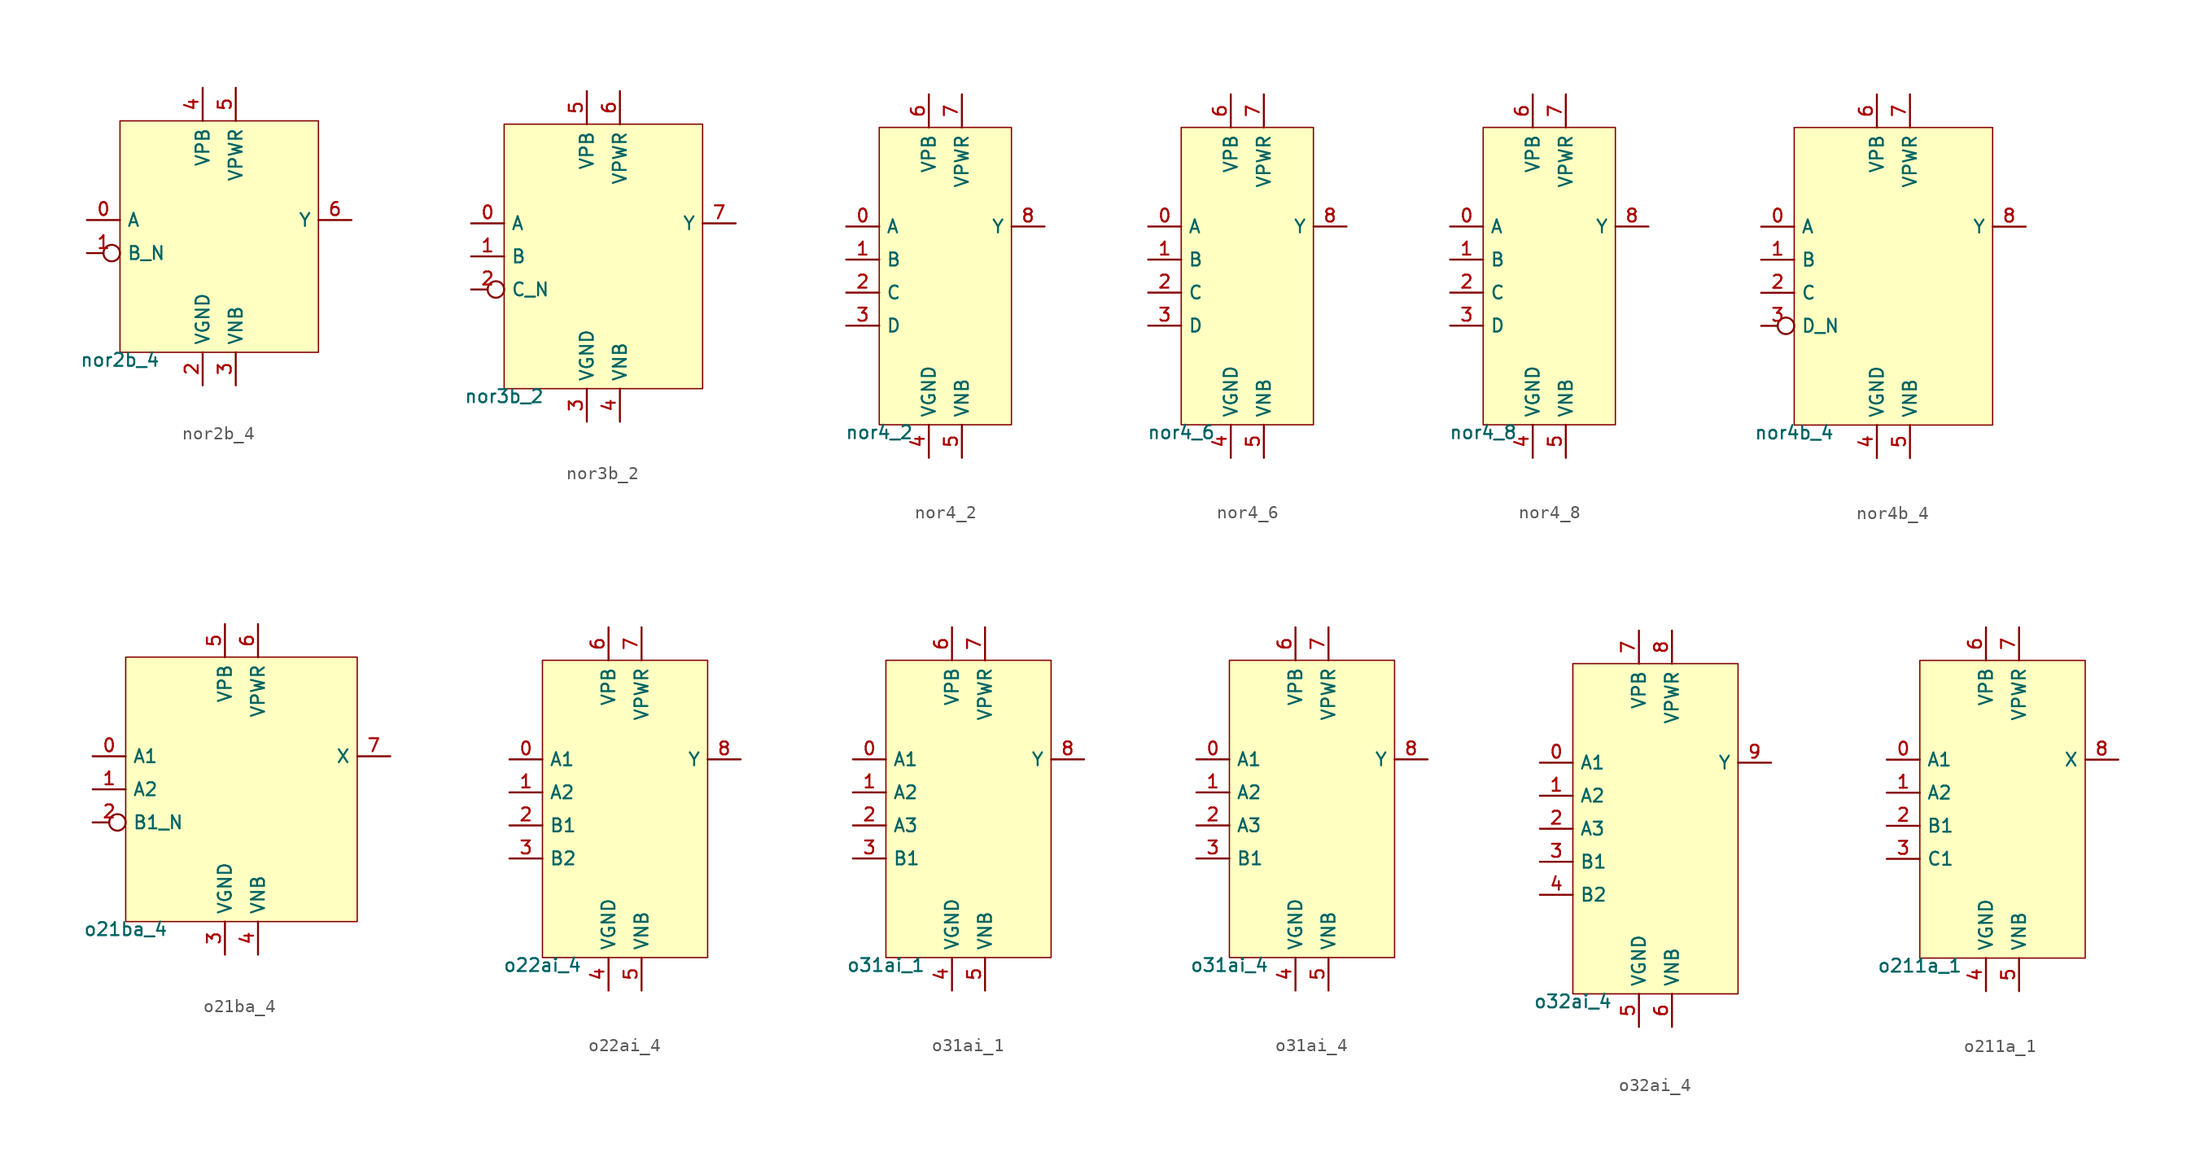
<source format=kicad_sym>
(kicad_symbol_lib
  (version 20211014)
  (generator lef2kicad_sym)
  (symbol "nor2b_4"
    (property "Reference" "CELL"
      (at 0 0 0)
      (effects (font (size 1 1)) hide))
    (property "Value" "nor2b_4"
      (at -7.62 -8.89 0)
      (effects (font (size 1 1)) (justify top)))
    (rectangle
      (start -7.62 -8.89)
      (end 7.62 8.89)
      (stroke (width 0.1) (type solid) (color 0 0 0 0))
      (fill (type background)))
    (pin input line
      (at -10.16 1.27 0)
      (length 2.54)
      (name "A" (effects (font (size 1 1)) hide))
      (number "0" (effects (font (size 1 1)) hide)))
    (pin input inverted
      (at -10.16 -1.27 0)
      (length 2.54)
      (name "B_N" (effects (font (size 1 1)) hide))
      (number "1" (effects (font (size 1 1)) hide)))
    (pin power_in line
      (at -1.27 -11.43 90)
      (length 2.54)
      (name "VGND" (effects (font (size 1 1)) hide))
      (number "2" (effects (font (size 1 1)) hide)))
    (pin power_in line
      (at 1.27 -11.43 90)
      (length 2.54)
      (name "VNB" (effects (font (size 1 1)) hide))
      (number "3" (effects (font (size 1 1)) hide)))
    (pin power_in line
      (at -1.27 11.43 270)
      (length 2.54)
      (name "VPB" (effects (font (size 1 1)) hide))
      (number "4" (effects (font (size 1 1)) hide)))
    (pin power_in line
      (at 1.27 11.43 270)
      (length 2.54)
      (name "VPWR" (effects (font (size 1 1)) hide))
      (number "5" (effects (font (size 1 1)) hide)))
    (pin output line
      (at 10.16 1.27 180)
      (length 2.54)
      (name "Y" (effects (font (size 1 1)) hide))
      (number "6" (effects (font (size 1 1)) hide))))
  (symbol "nor3b_2"
    (property "Reference" "CELL"
      (at 0 0 0)
      (effects (font (size 1 1)) hide))
    (property "Value" "nor3b_2"
      (at -7.62 -10.16 0)
      (effects (font (size 1 1)) (justify top)))
    (rectangle
      (start -7.62 -10.16)
      (end 7.62 10.16)
      (stroke (width 0.1) (type solid) (color 0 0 0 0))
      (fill (type background)))
    (pin input line
      (at -10.16 2.54 0)
      (length 2.54)
      (name "A" (effects (font (size 1 1)) hide))
      (number "0" (effects (font (size 1 1)) hide)))
    (pin input line
      (at -10.16 0.0 0)
      (length 2.54)
      (name "B" (effects (font (size 1 1)) hide))
      (number "1" (effects (font (size 1 1)) hide)))
    (pin input inverted
      (at -10.16 -2.54 0)
      (length 2.54)
      (name "C_N" (effects (font (size 1 1)) hide))
      (number "2" (effects (font (size 1 1)) hide)))
    (pin power_in line
      (at -1.27 -12.7 90)
      (length 2.54)
      (name "VGND" (effects (font (size 1 1)) hide))
      (number "3" (effects (font (size 1 1)) hide)))
    (pin power_in line
      (at 1.27 -12.7 90)
      (length 2.54)
      (name "VNB" (effects (font (size 1 1)) hide))
      (number "4" (effects (font (size 1 1)) hide)))
    (pin power_in line
      (at -1.27 12.7 270)
      (length 2.54)
      (name "VPB" (effects (font (size 1 1)) hide))
      (number "5" (effects (font (size 1 1)) hide)))
    (pin power_in line
      (at 1.27 12.7 270)
      (length 2.54)
      (name "VPWR" (effects (font (size 1 1)) hide))
      (number "6" (effects (font (size 1 1)) hide)))
    (pin output line
      (at 10.16 2.54 180)
      (length 2.54)
      (name "Y" (effects (font (size 1 1)) hide))
      (number "7" (effects (font (size 1 1)) hide))))
  (symbol "nor4_2"
    (property "Reference" "CELL"
      (at 0 0 0)
      (effects (font (size 1 1)) hide))
    (property "Value" "nor4_2"
      (at -5.08 -11.43 0)
      (effects (font (size 1 1)) (justify top)))
    (rectangle
      (start -5.08 -11.43)
      (end 5.08 11.43)
      (stroke (width 0.1) (type solid) (color 0 0 0 0))
      (fill (type background)))
    (pin input line
      (at -7.62 3.81 0)
      (length 2.54)
      (name "A" (effects (font (size 1 1)) hide))
      (number "0" (effects (font (size 1 1)) hide)))
    (pin input line
      (at -7.62 1.27 0)
      (length 2.54)
      (name "B" (effects (font (size 1 1)) hide))
      (number "1" (effects (font (size 1 1)) hide)))
    (pin input line
      (at -7.62 -1.27 0)
      (length 2.54)
      (name "C" (effects (font (size 1 1)) hide))
      (number "2" (effects (font (size 1 1)) hide)))
    (pin input line
      (at -7.62 -3.81 0)
      (length 2.54)
      (name "D" (effects (font (size 1 1)) hide))
      (number "3" (effects (font (size 1 1)) hide)))
    (pin power_in line
      (at -1.27 -13.97 90)
      (length 2.54)
      (name "VGND" (effects (font (size 1 1)) hide))
      (number "4" (effects (font (size 1 1)) hide)))
    (pin power_in line
      (at 1.27 -13.97 90)
      (length 2.54)
      (name "VNB" (effects (font (size 1 1)) hide))
      (number "5" (effects (font (size 1 1)) hide)))
    (pin power_in line
      (at -1.27 13.97 270)
      (length 2.54)
      (name "VPB" (effects (font (size 1 1)) hide))
      (number "6" (effects (font (size 1 1)) hide)))
    (pin power_in line
      (at 1.27 13.97 270)
      (length 2.54)
      (name "VPWR" (effects (font (size 1 1)) hide))
      (number "7" (effects (font (size 1 1)) hide)))
    (pin output line
      (at 7.62 3.81 180)
      (length 2.54)
      (name "Y" (effects (font (size 1 1)) hide))
      (number "8" (effects (font (size 1 1)) hide))))
  (symbol "nor4_6"
    (property "Reference" "CELL"
      (at 0 0 0)
      (effects (font (size 1 1)) hide))
    (property "Value" "nor4_6"
      (at -5.08 -11.43 0)
      (effects (font (size 1 1)) (justify top)))
    (rectangle
      (start -5.08 -11.43)
      (end 5.08 11.43)
      (stroke (width 0.1) (type solid) (color 0 0 0 0))
      (fill (type background)))
    (pin input line
      (at -7.62 3.81 0)
      (length 2.54)
      (name "A" (effects (font (size 1 1)) hide))
      (number "0" (effects (font (size 1 1)) hide)))
    (pin input line
      (at -7.62 1.27 0)
      (length 2.54)
      (name "B" (effects (font (size 1 1)) hide))
      (number "1" (effects (font (size 1 1)) hide)))
    (pin input line
      (at -7.62 -1.27 0)
      (length 2.54)
      (name "C" (effects (font (size 1 1)) hide))
      (number "2" (effects (font (size 1 1)) hide)))
    (pin input line
      (at -7.62 -3.81 0)
      (length 2.54)
      (name "D" (effects (font (size 1 1)) hide))
      (number "3" (effects (font (size 1 1)) hide)))
    (pin power_in line
      (at -1.27 -13.97 90)
      (length 2.54)
      (name "VGND" (effects (font (size 1 1)) hide))
      (number "4" (effects (font (size 1 1)) hide)))
    (pin power_in line
      (at 1.27 -13.97 90)
      (length 2.54)
      (name "VNB" (effects (font (size 1 1)) hide))
      (number "5" (effects (font (size 1 1)) hide)))
    (pin power_in line
      (at -1.27 13.97 270)
      (length 2.54)
      (name "VPB" (effects (font (size 1 1)) hide))
      (number "6" (effects (font (size 1 1)) hide)))
    (pin power_in line
      (at 1.27 13.97 270)
      (length 2.54)
      (name "VPWR" (effects (font (size 1 1)) hide))
      (number "7" (effects (font (size 1 1)) hide)))
    (pin output line
      (at 7.62 3.81 180)
      (length 2.54)
      (name "Y" (effects (font (size 1 1)) hide))
      (number "8" (effects (font (size 1 1)) hide))))
  (symbol "nor4_8"
    (property "Reference" "CELL"
      (at 0 0 0)
      (effects (font (size 1 1)) hide))
    (property "Value" "nor4_8"
      (at -5.08 -11.43 0)
      (effects (font (size 1 1)) (justify top)))
    (rectangle
      (start -5.08 -11.43)
      (end 5.08 11.43)
      (stroke (width 0.1) (type solid) (color 0 0 0 0))
      (fill (type background)))
    (pin input line
      (at -7.62 3.81 0)
      (length 2.54)
      (name "A" (effects (font (size 1 1)) hide))
      (number "0" (effects (font (size 1 1)) hide)))
    (pin input line
      (at -7.62 1.27 0)
      (length 2.54)
      (name "B" (effects (font (size 1 1)) hide))
      (number "1" (effects (font (size 1 1)) hide)))
    (pin input line
      (at -7.62 -1.27 0)
      (length 2.54)
      (name "C" (effects (font (size 1 1)) hide))
      (number "2" (effects (font (size 1 1)) hide)))
    (pin input line
      (at -7.62 -3.81 0)
      (length 2.54)
      (name "D" (effects (font (size 1 1)) hide))
      (number "3" (effects (font (size 1 1)) hide)))
    (pin power_in line
      (at -1.27 -13.97 90)
      (length 2.54)
      (name "VGND" (effects (font (size 1 1)) hide))
      (number "4" (effects (font (size 1 1)) hide)))
    (pin power_in line
      (at 1.27 -13.97 90)
      (length 2.54)
      (name "VNB" (effects (font (size 1 1)) hide))
      (number "5" (effects (font (size 1 1)) hide)))
    (pin power_in line
      (at -1.27 13.97 270)
      (length 2.54)
      (name "VPB" (effects (font (size 1 1)) hide))
      (number "6" (effects (font (size 1 1)) hide)))
    (pin power_in line
      (at 1.27 13.97 270)
      (length 2.54)
      (name "VPWR" (effects (font (size 1 1)) hide))
      (number "7" (effects (font (size 1 1)) hide)))
    (pin output line
      (at 7.62 3.81 180)
      (length 2.54)
      (name "Y" (effects (font (size 1 1)) hide))
      (number "8" (effects (font (size 1 1)) hide))))
  (symbol "nor4b_4"
    (property "Reference" "CELL"
      (at 0 0 0)
      (effects (font (size 1 1)) hide))
    (property "Value" "nor4b_4"
      (at -7.62 -11.43 0)
      (effects (font (size 1 1)) (justify top)))
    (rectangle
      (start -7.62 -11.43)
      (end 7.62 11.43)
      (stroke (width 0.1) (type solid) (color 0 0 0 0))
      (fill (type background)))
    (pin input line
      (at -10.16 3.81 0)
      (length 2.54)
      (name "A" (effects (font (size 1 1)) hide))
      (number "0" (effects (font (size 1 1)) hide)))
    (pin input line
      (at -10.16 1.27 0)
      (length 2.54)
      (name "B" (effects (font (size 1 1)) hide))
      (number "1" (effects (font (size 1 1)) hide)))
    (pin input line
      (at -10.16 -1.27 0)
      (length 2.54)
      (name "C" (effects (font (size 1 1)) hide))
      (number "2" (effects (font (size 1 1)) hide)))
    (pin input inverted
      (at -10.16 -3.81 0)
      (length 2.54)
      (name "D_N" (effects (font (size 1 1)) hide))
      (number "3" (effects (font (size 1 1)) hide)))
    (pin power_in line
      (at -1.27 -13.97 90)
      (length 2.54)
      (name "VGND" (effects (font (size 1 1)) hide))
      (number "4" (effects (font (size 1 1)) hide)))
    (pin power_in line
      (at 1.27 -13.97 90)
      (length 2.54)
      (name "VNB" (effects (font (size 1 1)) hide))
      (number "5" (effects (font (size 1 1)) hide)))
    (pin power_in line
      (at -1.27 13.97 270)
      (length 2.54)
      (name "VPB" (effects (font (size 1 1)) hide))
      (number "6" (effects (font (size 1 1)) hide)))
    (pin power_in line
      (at 1.27 13.97 270)
      (length 2.54)
      (name "VPWR" (effects (font (size 1 1)) hide))
      (number "7" (effects (font (size 1 1)) hide)))
    (pin output line
      (at 10.16 3.81 180)
      (length 2.54)
      (name "Y" (effects (font (size 1 1)) hide))
      (number "8" (effects (font (size 1 1)) hide))))
  (symbol "o21ba_4"
    (property "Reference" "CELL"
      (at 0 0 0)
      (effects (font (size 1 1)) hide))
    (property "Value" "o21ba_4"
      (at -8.89 -10.16 0)
      (effects (font (size 1 1)) (justify top)))
    (rectangle
      (start -8.89 -10.16)
      (end 8.89 10.16)
      (stroke (width 0.1) (type solid) (color 0 0 0 0))
      (fill (type background)))
    (pin input line
      (at -11.43 2.54 0)
      (length 2.54)
      (name "A1" (effects (font (size 1 1)) hide))
      (number "0" (effects (font (size 1 1)) hide)))
    (pin input line
      (at -11.43 0.0 0)
      (length 2.54)
      (name "A2" (effects (font (size 1 1)) hide))
      (number "1" (effects (font (size 1 1)) hide)))
    (pin input inverted
      (at -11.43 -2.54 0)
      (length 2.54)
      (name "B1_N" (effects (font (size 1 1)) hide))
      (number "2" (effects (font (size 1 1)) hide)))
    (pin power_in line
      (at -1.27 -12.7 90)
      (length 2.54)
      (name "VGND" (effects (font (size 1 1)) hide))
      (number "3" (effects (font (size 1 1)) hide)))
    (pin power_in line
      (at 1.27 -12.7 90)
      (length 2.54)
      (name "VNB" (effects (font (size 1 1)) hide))
      (number "4" (effects (font (size 1 1)) hide)))
    (pin power_in line
      (at -1.27 12.7 270)
      (length 2.54)
      (name "VPB" (effects (font (size 1 1)) hide))
      (number "5" (effects (font (size 1 1)) hide)))
    (pin power_in line
      (at 1.27 12.7 270)
      (length 2.54)
      (name "VPWR" (effects (font (size 1 1)) hide))
      (number "6" (effects (font (size 1 1)) hide)))
    (pin output line
      (at 11.43 2.54 180)
      (length 2.54)
      (name "X" (effects (font (size 1 1)) hide))
      (number "7" (effects (font (size 1 1)) hide))))
  (symbol "o22ai_4"
    (property "Reference" "CELL"
      (at 0 0 0)
      (effects (font (size 1 1)) hide))
    (property "Value" "o22ai_4"
      (at -6.35 -11.43 0)
      (effects (font (size 1 1)) (justify top)))
    (rectangle
      (start -6.35 -11.43)
      (end 6.35 11.43)
      (stroke (width 0.1) (type solid) (color 0 0 0 0))
      (fill (type background)))
    (pin input line
      (at -8.89 3.81 0)
      (length 2.54)
      (name "A1" (effects (font (size 1 1)) hide))
      (number "0" (effects (font (size 1 1)) hide)))
    (pin input line
      (at -8.89 1.27 0)
      (length 2.54)
      (name "A2" (effects (font (size 1 1)) hide))
      (number "1" (effects (font (size 1 1)) hide)))
    (pin input line
      (at -8.89 -1.27 0)
      (length 2.54)
      (name "B1" (effects (font (size 1 1)) hide))
      (number "2" (effects (font (size 1 1)) hide)))
    (pin input line
      (at -8.89 -3.81 0)
      (length 2.54)
      (name "B2" (effects (font (size 1 1)) hide))
      (number "3" (effects (font (size 1 1)) hide)))
    (pin power_in line
      (at -1.27 -13.97 90)
      (length 2.54)
      (name "VGND" (effects (font (size 1 1)) hide))
      (number "4" (effects (font (size 1 1)) hide)))
    (pin power_in line
      (at 1.27 -13.97 90)
      (length 2.54)
      (name "VNB" (effects (font (size 1 1)) hide))
      (number "5" (effects (font (size 1 1)) hide)))
    (pin power_in line
      (at -1.27 13.97 270)
      (length 2.54)
      (name "VPB" (effects (font (size 1 1)) hide))
      (number "6" (effects (font (size 1 1)) hide)))
    (pin power_in line
      (at 1.27 13.97 270)
      (length 2.54)
      (name "VPWR" (effects (font (size 1 1)) hide))
      (number "7" (effects (font (size 1 1)) hide)))
    (pin output line
      (at 8.89 3.81 180)
      (length 2.54)
      (name "Y" (effects (font (size 1 1)) hide))
      (number "8" (effects (font (size 1 1)) hide))))
  (symbol "o31ai_1"
    (property "Reference" "CELL"
      (at 0 0 0)
      (effects (font (size 1 1)) hide))
    (property "Value" "o31ai_1"
      (at -6.35 -11.43 0)
      (effects (font (size 1 1)) (justify top)))
    (rectangle
      (start -6.35 -11.43)
      (end 6.35 11.43)
      (stroke (width 0.1) (type solid) (color 0 0 0 0))
      (fill (type background)))
    (pin input line
      (at -8.89 3.81 0)
      (length 2.54)
      (name "A1" (effects (font (size 1 1)) hide))
      (number "0" (effects (font (size 1 1)) hide)))
    (pin input line
      (at -8.89 1.27 0)
      (length 2.54)
      (name "A2" (effects (font (size 1 1)) hide))
      (number "1" (effects (font (size 1 1)) hide)))
    (pin input line
      (at -8.89 -1.27 0)
      (length 2.54)
      (name "A3" (effects (font (size 1 1)) hide))
      (number "2" (effects (font (size 1 1)) hide)))
    (pin input line
      (at -8.89 -3.81 0)
      (length 2.54)
      (name "B1" (effects (font (size 1 1)) hide))
      (number "3" (effects (font (size 1 1)) hide)))
    (pin power_in line
      (at -1.27 -13.97 90)
      (length 2.54)
      (name "VGND" (effects (font (size 1 1)) hide))
      (number "4" (effects (font (size 1 1)) hide)))
    (pin power_in line
      (at 1.27 -13.97 90)
      (length 2.54)
      (name "VNB" (effects (font (size 1 1)) hide))
      (number "5" (effects (font (size 1 1)) hide)))
    (pin power_in line
      (at -1.27 13.97 270)
      (length 2.54)
      (name "VPB" (effects (font (size 1 1)) hide))
      (number "6" (effects (font (size 1 1)) hide)))
    (pin power_in line
      (at 1.27 13.97 270)
      (length 2.54)
      (name "VPWR" (effects (font (size 1 1)) hide))
      (number "7" (effects (font (size 1 1)) hide)))
    (pin output line
      (at 8.89 3.81 180)
      (length 2.54)
      (name "Y" (effects (font (size 1 1)) hide))
      (number "8" (effects (font (size 1 1)) hide))))
  (symbol "o31ai_4"
    (property "Reference" "CELL"
      (at 0 0 0)
      (effects (font (size 1 1)) hide))
    (property "Value" "o31ai_4"
      (at -6.35 -11.43 0)
      (effects (font (size 1 1)) (justify top)))
    (rectangle
      (start -6.35 -11.43)
      (end 6.35 11.43)
      (stroke (width 0.1) (type solid) (color 0 0 0 0))
      (fill (type background)))
    (pin input line
      (at -8.89 3.81 0)
      (length 2.54)
      (name "A1" (effects (font (size 1 1)) hide))
      (number "0" (effects (font (size 1 1)) hide)))
    (pin input line
      (at -8.89 1.27 0)
      (length 2.54)
      (name "A2" (effects (font (size 1 1)) hide))
      (number "1" (effects (font (size 1 1)) hide)))
    (pin input line
      (at -8.89 -1.27 0)
      (length 2.54)
      (name "A3" (effects (font (size 1 1)) hide))
      (number "2" (effects (font (size 1 1)) hide)))
    (pin input line
      (at -8.89 -3.81 0)
      (length 2.54)
      (name "B1" (effects (font (size 1 1)) hide))
      (number "3" (effects (font (size 1 1)) hide)))
    (pin power_in line
      (at -1.27 -13.97 90)
      (length 2.54)
      (name "VGND" (effects (font (size 1 1)) hide))
      (number "4" (effects (font (size 1 1)) hide)))
    (pin power_in line
      (at 1.27 -13.97 90)
      (length 2.54)
      (name "VNB" (effects (font (size 1 1)) hide))
      (number "5" (effects (font (size 1 1)) hide)))
    (pin power_in line
      (at -1.27 13.97 270)
      (length 2.54)
      (name "VPB" (effects (font (size 1 1)) hide))
      (number "6" (effects (font (size 1 1)) hide)))
    (pin power_in line
      (at 1.27 13.97 270)
      (length 2.54)
      (name "VPWR" (effects (font (size 1 1)) hide))
      (number "7" (effects (font (size 1 1)) hide)))
    (pin output line
      (at 8.89 3.81 180)
      (length 2.54)
      (name "Y" (effects (font (size 1 1)) hide))
      (number "8" (effects (font (size 1 1)) hide))))
  (symbol "o32ai_4"
    (property "Reference" "CELL"
      (at 0 0 0)
      (effects (font (size 1 1)) hide))
    (property "Value" "o32ai_4"
      (at -6.35 -12.7 0)
      (effects (font (size 1 1)) (justify top)))
    (rectangle
      (start -6.35 -12.7)
      (end 6.35 12.7)
      (stroke (width 0.1) (type solid) (color 0 0 0 0))
      (fill (type background)))
    (pin input line
      (at -8.89 5.08 0)
      (length 2.54)
      (name "A1" (effects (font (size 1 1)) hide))
      (number "0" (effects (font (size 1 1)) hide)))
    (pin input line
      (at -8.89 2.54 0)
      (length 2.54)
      (name "A2" (effects (font (size 1 1)) hide))
      (number "1" (effects (font (size 1 1)) hide)))
    (pin input line
      (at -8.89 -8.881784197001252e-16 0)
      (length 2.54)
      (name "A3" (effects (font (size 1 1)) hide))
      (number "2" (effects (font (size 1 1)) hide)))
    (pin input line
      (at -8.89 -2.54 0)
      (length 2.54)
      (name "B1" (effects (font (size 1 1)) hide))
      (number "3" (effects (font (size 1 1)) hide)))
    (pin input line
      (at -8.89 -5.08 0)
      (length 2.54)
      (name "B2" (effects (font (size 1 1)) hide))
      (number "4" (effects (font (size 1 1)) hide)))
    (pin power_in line
      (at -1.27 -15.24 90)
      (length 2.54)
      (name "VGND" (effects (font (size 1 1)) hide))
      (number "5" (effects (font (size 1 1)) hide)))
    (pin power_in line
      (at 1.27 -15.24 90)
      (length 2.54)
      (name "VNB" (effects (font (size 1 1)) hide))
      (number "6" (effects (font (size 1 1)) hide)))
    (pin power_in line
      (at -1.27 15.24 270)
      (length 2.54)
      (name "VPB" (effects (font (size 1 1)) hide))
      (number "7" (effects (font (size 1 1)) hide)))
    (pin power_in line
      (at 1.27 15.24 270)
      (length 2.54)
      (name "VPWR" (effects (font (size 1 1)) hide))
      (number "8" (effects (font (size 1 1)) hide)))
    (pin output line
      (at 8.89 5.08 180)
      (length 2.54)
      (name "Y" (effects (font (size 1 1)) hide))
      (number "9" (effects (font (size 1 1)) hide))))
  (symbol "o211a_1"
    (property "Reference" "CELL"
      (at 0 0 0)
      (effects (font (size 1 1)) hide))
    (property "Value" "o211a_1"
      (at -6.35 -11.43 0)
      (effects (font (size 1 1)) (justify top)))
    (rectangle
      (start -6.35 -11.43)
      (end 6.35 11.43)
      (stroke (width 0.1) (type solid) (color 0 0 0 0))
      (fill (type background)))
    (pin input line
      (at -8.89 3.81 0)
      (length 2.54)
      (name "A1" (effects (font (size 1 1)) hide))
      (number "0" (effects (font (size 1 1)) hide)))
    (pin input line
      (at -8.89 1.27 0)
      (length 2.54)
      (name "A2" (effects (font (size 1 1)) hide))
      (number "1" (effects (font (size 1 1)) hide)))
    (pin input line
      (at -8.89 -1.27 0)
      (length 2.54)
      (name "B1" (effects (font (size 1 1)) hide))
      (number "2" (effects (font (size 1 1)) hide)))
    (pin input line
      (at -8.89 -3.81 0)
      (length 2.54)
      (name "C1" (effects (font (size 1 1)) hide))
      (number "3" (effects (font (size 1 1)) hide)))
    (pin power_in line
      (at -1.27 -13.97 90)
      (length 2.54)
      (name "VGND" (effects (font (size 1 1)) hide))
      (number "4" (effects (font (size 1 1)) hide)))
    (pin power_in line
      (at 1.27 -13.97 90)
      (length 2.54)
      (name "VNB" (effects (font (size 1 1)) hide))
      (number "5" (effects (font (size 1 1)) hide)))
    (pin power_in line
      (at -1.27 13.97 270)
      (length 2.54)
      (name "VPB" (effects (font (size 1 1)) hide))
      (number "6" (effects (font (size 1 1)) hide)))
    (pin power_in line
      (at 1.27 13.97 270)
      (length 2.54)
      (name "VPWR" (effects (font (size 1 1)) hide))
      (number "7" (effects (font (size 1 1)) hide)))
    (pin output line
      (at 8.89 3.81 180)
      (length 2.54)
      (name "X" (effects (font (size 1 1)) hide))
      (number "8" (effects (font (size 1 1)) hide)))))
</source>
